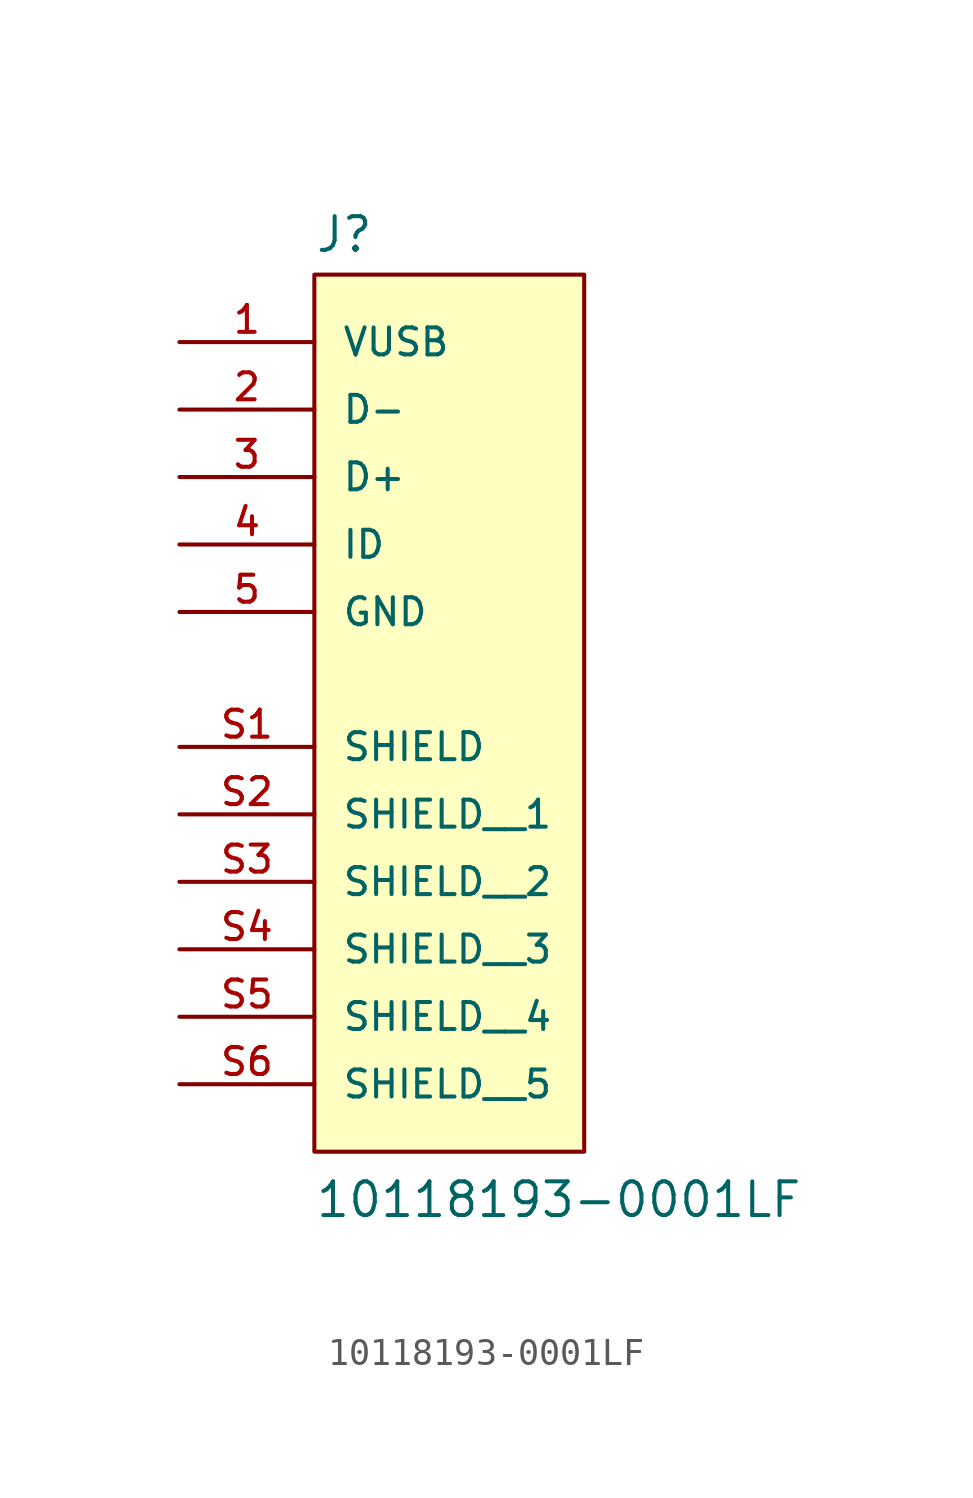
<source format=kicad_sym>
(kicad_symbol_lib
  (version 20220914)
  (generator kicad_symbol_editor)
  (symbol "10118193-0001LF"
    (pin_names
      (offset 1.016))
    (property "Reference" "J"
      (at -5.082 10.929 0)
      (effects (font (size 1.27 1.27)) (justify left bottom)))
    (property "Value" "10118193-0001LF"
      (at -5.082 -25.41 0)
      (effects (font (size 1.27 1.27)) (justify left bottom)))
    (symbol "10118193-0001LF_0_0"
      (pin passive line (at -10.16 7.62 0) (length 5.08) (name "VUSB" (effects (font (size 1.016 1.016)))) (number "1" (effects (font (size 1.016 1.016)))))
      (pin passive line (at -10.16 5.08 0) (length 5.08) (name "D-" (effects (font (size 1.016 1.016)))) (number "2" (effects (font (size 1.016 1.016)))))
      (pin passive line (at -10.16 2.54 0) (length 5.08) (name "D+" (effects (font (size 1.016 1.016)))) (number "3" (effects (font (size 1.016 1.016)))))
      (pin passive line (at -10.16 0 0) (length 5.08) (name "ID" (effects (font (size 1.016 1.016)))) (number "4" (effects (font (size 1.016 1.016)))))
      (pin passive line (at -10.16 -2.54 0) (length 5.08) (name "GND" (effects (font (size 1.016 1.016)))) (number "5" (effects (font (size 1.016 1.016)))))
      (pin passive line (at -10.16 -7.62 0) (length 5.08) (name "SHIELD" (effects (font (size 1.016 1.016)))) (number "S1" (effects (font (size 1.016 1.016)))))
      (pin passive line (at -10.16 -10.16 0) (length 5.08) (name "SHIELD__1" (effects (font (size 1.016 1.016)))) (number "S2" (effects (font (size 1.016 1.016)))))
      (pin passive line (at -10.16 -12.7 0) (length 5.08) (name "SHIELD__2" (effects (font (size 1.016 1.016)))) (number "S3" (effects (font (size 1.016 1.016)))))
      (pin passive line (at -10.16 -15.24 0) (length 5.08) (name "SHIELD__3" (effects (font (size 1.016 1.016)))) (number "S4" (effects (font (size 1.016 1.016)))))
      (pin passive line (at -10.16 -17.78 0) (length 5.08) (name "SHIELD__4" (effects (font (size 1.016 1.016)))) (number "S5" (effects (font (size 1.016 1.016)))))
      (pin passive line (at -10.16 -20.32 0) (length 5.08) (name "SHIELD__5" (effects (font (size 1.016 1.016)))) (number "S6" (effects (font (size 1.016 1.016))))))
    (symbol "10118193-0001LF_1_0"
      (rectangle (start -5.08 10.16) (end 5.08 -22.86) (stroke (width 0) (type default)) (fill (type background))))))
</source>
